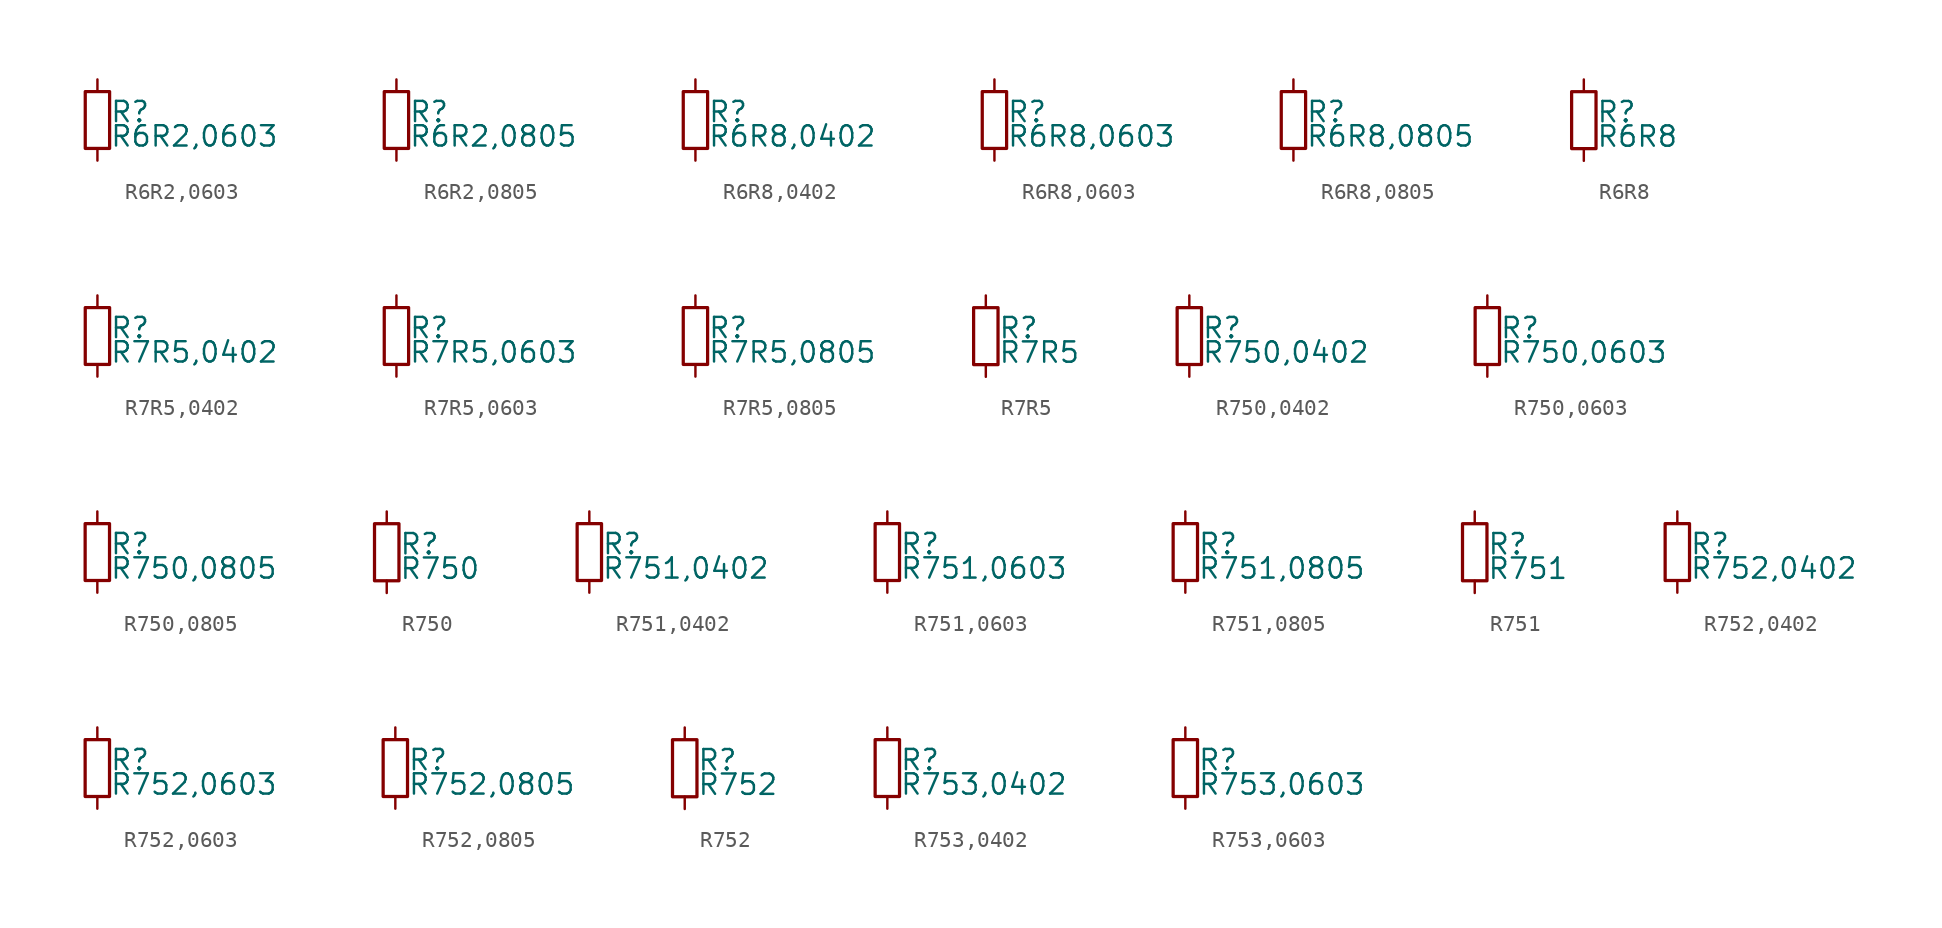
<source format=kicad_sym>
(kicad_symbol_lib
  (version 20211014)
  (generator kicad_symbol_editor)
  (symbol "R6R2,0603"
    (pin_numbers hide)
    (pin_names
      (offset 0.254) hide)
    (property "Reference" "R"
      (at 0.762 0.508 0)
      (effects (font (size 1.27 1.27)) (justify left)))
    (property "Value" "R6R2,0603"
      (at 0.762 -1.016 0)
      (effects (font (size 1.27 1.27)) (justify left)))
    (symbol "R6R2,0603_0_1"
      (rectangle (start -0.762 1.778) (end 0.762 -1.778) (stroke (width 0.203) (type default) (color 0 0 0 0)) (fill (type none))))
    (symbol "R6R2,0603_1_1"
      (pin passive line (at 0 2.54 270) (length 0.762) (name "~" (effects (font (size 1.27 1.27)))) (number "1" (effects (font (size 1.27 1.27)))))
      (pin passive line (at 0 -2.54 90) (length 0.762) (name "~" (effects (font (size 1.27 1.27)))) (number "2" (effects (font (size 1.27 1.27)))))))
  (symbol "R6R2,0805"
    (pin_numbers hide)
    (pin_names
      (offset 0.254) hide)
    (property "Reference" "R"
      (at 0.762 0.508 0)
      (effects (font (size 1.27 1.27)) (justify left)))
    (property "Value" "R6R2,0805"
      (at 0.762 -1.016 0)
      (effects (font (size 1.27 1.27)) (justify left)))
    (symbol "R6R2,0805_0_1"
      (rectangle (start -0.762 1.778) (end 0.762 -1.778) (stroke (width 0.203) (type default) (color 0 0 0 0)) (fill (type none))))
    (symbol "R6R2,0805_1_1"
      (pin passive line (at 0 2.54 270) (length 0.762) (name "~" (effects (font (size 1.27 1.27)))) (number "1" (effects (font (size 1.27 1.27)))))
      (pin passive line (at 0 -2.54 90) (length 0.762) (name "~" (effects (font (size 1.27 1.27)))) (number "2" (effects (font (size 1.27 1.27)))))))
  (symbol "R6R8,0402"
    (pin_numbers hide)
    (pin_names
      (offset 0.254) hide)
    (property "Reference" "R"
      (at 0.762 0.508 0)
      (effects (font (size 1.27 1.27)) (justify left)))
    (property "Value" "R6R8,0402"
      (at 0.762 -1.016 0)
      (effects (font (size 1.27 1.27)) (justify left)))
    (symbol "R6R8,0402_0_1"
      (rectangle (start -0.762 1.778) (end 0.762 -1.778) (stroke (width 0.203) (type default) (color 0 0 0 0)) (fill (type none))))
    (symbol "R6R8,0402_1_1"
      (pin passive line (at 0 2.54 270) (length 0.762) (name "~" (effects (font (size 1.27 1.27)))) (number "1" (effects (font (size 1.27 1.27)))))
      (pin passive line (at 0 -2.54 90) (length 0.762) (name "~" (effects (font (size 1.27 1.27)))) (number "2" (effects (font (size 1.27 1.27)))))))
  (symbol "R6R8,0603"
    (pin_numbers hide)
    (pin_names
      (offset 0.254) hide)
    (property "Reference" "R"
      (at 0.762 0.508 0)
      (effects (font (size 1.27 1.27)) (justify left)))
    (property "Value" "R6R8,0603"
      (at 0.762 -1.016 0)
      (effects (font (size 1.27 1.27)) (justify left)))
    (symbol "R6R8,0603_0_1"
      (rectangle (start -0.762 1.778) (end 0.762 -1.778) (stroke (width 0.203) (type default) (color 0 0 0 0)) (fill (type none))))
    (symbol "R6R8,0603_1_1"
      (pin passive line (at 0 2.54 270) (length 0.762) (name "~" (effects (font (size 1.27 1.27)))) (number "1" (effects (font (size 1.27 1.27)))))
      (pin passive line (at 0 -2.54 90) (length 0.762) (name "~" (effects (font (size 1.27 1.27)))) (number "2" (effects (font (size 1.27 1.27)))))))
  (symbol "R6R8,0805"
    (pin_numbers hide)
    (pin_names
      (offset 0.254) hide)
    (property "Reference" "R"
      (at 0.762 0.508 0)
      (effects (font (size 1.27 1.27)) (justify left)))
    (property "Value" "R6R8,0805"
      (at 0.762 -1.016 0)
      (effects (font (size 1.27 1.27)) (justify left)))
    (symbol "R6R8,0805_0_1"
      (rectangle (start -0.762 1.778) (end 0.762 -1.778) (stroke (width 0.203) (type default) (color 0 0 0 0)) (fill (type none))))
    (symbol "R6R8,0805_1_1"
      (pin passive line (at 0 2.54 270) (length 0.762) (name "~" (effects (font (size 1.27 1.27)))) (number "1" (effects (font (size 1.27 1.27)))))
      (pin passive line (at 0 -2.54 90) (length 0.762) (name "~" (effects (font (size 1.27 1.27)))) (number "2" (effects (font (size 1.27 1.27)))))))
  (symbol "R6R8"
    (pin_numbers hide)
    (pin_names
      (offset 0.254) hide)
    (property "Reference" "R"
      (at 0.762 0.508 0)
      (effects (font (size 1.27 1.27)) (justify left)))
    (property "Value" "R6R8"
      (at 0.762 -1.016 0)
      (effects (font (size 1.27 1.27)) (justify left)))
    (symbol "R6R8_0_1"
      (rectangle (start -0.762 1.778) (end 0.762 -1.778) (stroke (width 0.203) (type default) (color 0 0 0 0)) (fill (type none))))
    (symbol "R6R8_1_1"
      (pin passive line (at 0 2.54 270) (length 0.762) (name "~" (effects (font (size 1.27 1.27)))) (number "1" (effects (font (size 1.27 1.27)))))
      (pin passive line (at 0 -2.54 90) (length 0.762) (name "~" (effects (font (size 1.27 1.27)))) (number "2" (effects (font (size 1.27 1.27)))))))
  (symbol "R7R5,0402"
    (pin_numbers hide)
    (pin_names
      (offset 0.254) hide)
    (property "Reference" "R"
      (at 0.762 0.508 0)
      (effects (font (size 1.27 1.27)) (justify left)))
    (property "Value" "R7R5,0402"
      (at 0.762 -1.016 0)
      (effects (font (size 1.27 1.27)) (justify left)))
    (symbol "R7R5,0402_0_1"
      (rectangle (start -0.762 1.778) (end 0.762 -1.778) (stroke (width 0.203) (type default) (color 0 0 0 0)) (fill (type none))))
    (symbol "R7R5,0402_1_1"
      (pin passive line (at 0 2.54 270) (length 0.762) (name "~" (effects (font (size 1.27 1.27)))) (number "1" (effects (font (size 1.27 1.27)))))
      (pin passive line (at 0 -2.54 90) (length 0.762) (name "~" (effects (font (size 1.27 1.27)))) (number "2" (effects (font (size 1.27 1.27)))))))
  (symbol "R7R5,0603"
    (pin_numbers hide)
    (pin_names
      (offset 0.254) hide)
    (property "Reference" "R"
      (at 0.762 0.508 0)
      (effects (font (size 1.27 1.27)) (justify left)))
    (property "Value" "R7R5,0603"
      (at 0.762 -1.016 0)
      (effects (font (size 1.27 1.27)) (justify left)))
    (symbol "R7R5,0603_0_1"
      (rectangle (start -0.762 1.778) (end 0.762 -1.778) (stroke (width 0.203) (type default) (color 0 0 0 0)) (fill (type none))))
    (symbol "R7R5,0603_1_1"
      (pin passive line (at 0 2.54 270) (length 0.762) (name "~" (effects (font (size 1.27 1.27)))) (number "1" (effects (font (size 1.27 1.27)))))
      (pin passive line (at 0 -2.54 90) (length 0.762) (name "~" (effects (font (size 1.27 1.27)))) (number "2" (effects (font (size 1.27 1.27)))))))
  (symbol "R7R5,0805"
    (pin_numbers hide)
    (pin_names
      (offset 0.254) hide)
    (property "Reference" "R"
      (at 0.762 0.508 0)
      (effects (font (size 1.27 1.27)) (justify left)))
    (property "Value" "R7R5,0805"
      (at 0.762 -1.016 0)
      (effects (font (size 1.27 1.27)) (justify left)))
    (symbol "R7R5,0805_0_1"
      (rectangle (start -0.762 1.778) (end 0.762 -1.778) (stroke (width 0.203) (type default) (color 0 0 0 0)) (fill (type none))))
    (symbol "R7R5,0805_1_1"
      (pin passive line (at 0 2.54 270) (length 0.762) (name "~" (effects (font (size 1.27 1.27)))) (number "1" (effects (font (size 1.27 1.27)))))
      (pin passive line (at 0 -2.54 90) (length 0.762) (name "~" (effects (font (size 1.27 1.27)))) (number "2" (effects (font (size 1.27 1.27)))))))
  (symbol "R7R5"
    (pin_numbers hide)
    (pin_names
      (offset 0.254) hide)
    (property "Reference" "R"
      (at 0.762 0.508 0)
      (effects (font (size 1.27 1.27)) (justify left)))
    (property "Value" "R7R5"
      (at 0.762 -1.016 0)
      (effects (font (size 1.27 1.27)) (justify left)))
    (symbol "R7R5_0_1"
      (rectangle (start -0.762 1.778) (end 0.762 -1.778) (stroke (width 0.203) (type default) (color 0 0 0 0)) (fill (type none))))
    (symbol "R7R5_1_1"
      (pin passive line (at 0 2.54 270) (length 0.762) (name "~" (effects (font (size 1.27 1.27)))) (number "1" (effects (font (size 1.27 1.27)))))
      (pin passive line (at 0 -2.54 90) (length 0.762) (name "~" (effects (font (size 1.27 1.27)))) (number "2" (effects (font (size 1.27 1.27)))))))
  (symbol "R750,0402"
    (pin_numbers hide)
    (pin_names
      (offset 0.254) hide)
    (property "Reference" "R"
      (at 0.762 0.508 0)
      (effects (font (size 1.27 1.27)) (justify left)))
    (property "Value" "R750,0402"
      (at 0.762 -1.016 0)
      (effects (font (size 1.27 1.27)) (justify left)))
    (symbol "R750,0402_0_1"
      (rectangle (start -0.762 1.778) (end 0.762 -1.778) (stroke (width 0.203) (type default) (color 0 0 0 0)) (fill (type none))))
    (symbol "R750,0402_1_1"
      (pin passive line (at 0 2.54 270) (length 0.762) (name "~" (effects (font (size 1.27 1.27)))) (number "1" (effects (font (size 1.27 1.27)))))
      (pin passive line (at 0 -2.54 90) (length 0.762) (name "~" (effects (font (size 1.27 1.27)))) (number "2" (effects (font (size 1.27 1.27)))))))
  (symbol "R750,0603"
    (pin_numbers hide)
    (pin_names
      (offset 0.254) hide)
    (property "Reference" "R"
      (at 0.762 0.508 0)
      (effects (font (size 1.27 1.27)) (justify left)))
    (property "Value" "R750,0603"
      (at 0.762 -1.016 0)
      (effects (font (size 1.27 1.27)) (justify left)))
    (symbol "R750,0603_0_1"
      (rectangle (start -0.762 1.778) (end 0.762 -1.778) (stroke (width 0.203) (type default) (color 0 0 0 0)) (fill (type none))))
    (symbol "R750,0603_1_1"
      (pin passive line (at 0 2.54 270) (length 0.762) (name "~" (effects (font (size 1.27 1.27)))) (number "1" (effects (font (size 1.27 1.27)))))
      (pin passive line (at 0 -2.54 90) (length 0.762) (name "~" (effects (font (size 1.27 1.27)))) (number "2" (effects (font (size 1.27 1.27)))))))
  (symbol "R750,0805"
    (pin_numbers hide)
    (pin_names
      (offset 0.254) hide)
    (property "Reference" "R"
      (at 0.762 0.508 0)
      (effects (font (size 1.27 1.27)) (justify left)))
    (property "Value" "R750,0805"
      (at 0.762 -1.016 0)
      (effects (font (size 1.27 1.27)) (justify left)))
    (symbol "R750,0805_0_1"
      (rectangle (start -0.762 1.778) (end 0.762 -1.778) (stroke (width 0.203) (type default) (color 0 0 0 0)) (fill (type none))))
    (symbol "R750,0805_1_1"
      (pin passive line (at 0 2.54 270) (length 0.762) (name "~" (effects (font (size 1.27 1.27)))) (number "1" (effects (font (size 1.27 1.27)))))
      (pin passive line (at 0 -2.54 90) (length 0.762) (name "~" (effects (font (size 1.27 1.27)))) (number "2" (effects (font (size 1.27 1.27)))))))
  (symbol "R750"
    (pin_numbers hide)
    (pin_names
      (offset 0.254) hide)
    (property "Reference" "R"
      (at 0.762 0.508 0)
      (effects (font (size 1.27 1.27)) (justify left)))
    (property "Value" "R750"
      (at 0.762 -1.016 0)
      (effects (font (size 1.27 1.27)) (justify left)))
    (symbol "R750_0_1"
      (rectangle (start -0.762 1.778) (end 0.762 -1.778) (stroke (width 0.203) (type default) (color 0 0 0 0)) (fill (type none))))
    (symbol "R750_1_1"
      (pin passive line (at 0 2.54 270) (length 0.762) (name "~" (effects (font (size 1.27 1.27)))) (number "1" (effects (font (size 1.27 1.27)))))
      (pin passive line (at 0 -2.54 90) (length 0.762) (name "~" (effects (font (size 1.27 1.27)))) (number "2" (effects (font (size 1.27 1.27)))))))
  (symbol "R751,0402"
    (pin_numbers hide)
    (pin_names
      (offset 0.254) hide)
    (property "Reference" "R"
      (at 0.762 0.508 0)
      (effects (font (size 1.27 1.27)) (justify left)))
    (property "Value" "R751,0402"
      (at 0.762 -1.016 0)
      (effects (font (size 1.27 1.27)) (justify left)))
    (symbol "R751,0402_0_1"
      (rectangle (start -0.762 1.778) (end 0.762 -1.778) (stroke (width 0.203) (type default) (color 0 0 0 0)) (fill (type none))))
    (symbol "R751,0402_1_1"
      (pin passive line (at 0 2.54 270) (length 0.762) (name "~" (effects (font (size 1.27 1.27)))) (number "1" (effects (font (size 1.27 1.27)))))
      (pin passive line (at 0 -2.54 90) (length 0.762) (name "~" (effects (font (size 1.27 1.27)))) (number "2" (effects (font (size 1.27 1.27)))))))
  (symbol "R751,0603"
    (pin_numbers hide)
    (pin_names
      (offset 0.254) hide)
    (property "Reference" "R"
      (at 0.762 0.508 0)
      (effects (font (size 1.27 1.27)) (justify left)))
    (property "Value" "R751,0603"
      (at 0.762 -1.016 0)
      (effects (font (size 1.27 1.27)) (justify left)))
    (symbol "R751,0603_0_1"
      (rectangle (start -0.762 1.778) (end 0.762 -1.778) (stroke (width 0.203) (type default) (color 0 0 0 0)) (fill (type none))))
    (symbol "R751,0603_1_1"
      (pin passive line (at 0 2.54 270) (length 0.762) (name "~" (effects (font (size 1.27 1.27)))) (number "1" (effects (font (size 1.27 1.27)))))
      (pin passive line (at 0 -2.54 90) (length 0.762) (name "~" (effects (font (size 1.27 1.27)))) (number "2" (effects (font (size 1.27 1.27)))))))
  (symbol "R751,0805"
    (pin_numbers hide)
    (pin_names
      (offset 0.254) hide)
    (property "Reference" "R"
      (at 0.762 0.508 0)
      (effects (font (size 1.27 1.27)) (justify left)))
    (property "Value" "R751,0805"
      (at 0.762 -1.016 0)
      (effects (font (size 1.27 1.27)) (justify left)))
    (symbol "R751,0805_0_1"
      (rectangle (start -0.762 1.778) (end 0.762 -1.778) (stroke (width 0.203) (type default) (color 0 0 0 0)) (fill (type none))))
    (symbol "R751,0805_1_1"
      (pin passive line (at 0 2.54 270) (length 0.762) (name "~" (effects (font (size 1.27 1.27)))) (number "1" (effects (font (size 1.27 1.27)))))
      (pin passive line (at 0 -2.54 90) (length 0.762) (name "~" (effects (font (size 1.27 1.27)))) (number "2" (effects (font (size 1.27 1.27)))))))
  (symbol "R751"
    (pin_numbers hide)
    (pin_names
      (offset 0.254) hide)
    (property "Reference" "R"
      (at 0.762 0.508 0)
      (effects (font (size 1.27 1.27)) (justify left)))
    (property "Value" "R751"
      (at 0.762 -1.016 0)
      (effects (font (size 1.27 1.27)) (justify left)))
    (symbol "R751_0_1"
      (rectangle (start -0.762 1.778) (end 0.762 -1.778) (stroke (width 0.203) (type default) (color 0 0 0 0)) (fill (type none))))
    (symbol "R751_1_1"
      (pin passive line (at 0 2.54 270) (length 0.762) (name "~" (effects (font (size 1.27 1.27)))) (number "1" (effects (font (size 1.27 1.27)))))
      (pin passive line (at 0 -2.54 90) (length 0.762) (name "~" (effects (font (size 1.27 1.27)))) (number "2" (effects (font (size 1.27 1.27)))))))
  (symbol "R752,0402"
    (pin_numbers hide)
    (pin_names
      (offset 0.254) hide)
    (property "Reference" "R"
      (at 0.762 0.508 0)
      (effects (font (size 1.27 1.27)) (justify left)))
    (property "Value" "R752,0402"
      (at 0.762 -1.016 0)
      (effects (font (size 1.27 1.27)) (justify left)))
    (symbol "R752,0402_0_1"
      (rectangle (start -0.762 1.778) (end 0.762 -1.778) (stroke (width 0.203) (type default) (color 0 0 0 0)) (fill (type none))))
    (symbol "R752,0402_1_1"
      (pin passive line (at 0 2.54 270) (length 0.762) (name "~" (effects (font (size 1.27 1.27)))) (number "1" (effects (font (size 1.27 1.27)))))
      (pin passive line (at 0 -2.54 90) (length 0.762) (name "~" (effects (font (size 1.27 1.27)))) (number "2" (effects (font (size 1.27 1.27)))))))
  (symbol "R752,0603"
    (pin_numbers hide)
    (pin_names
      (offset 0.254) hide)
    (property "Reference" "R"
      (at 0.762 0.508 0)
      (effects (font (size 1.27 1.27)) (justify left)))
    (property "Value" "R752,0603"
      (at 0.762 -1.016 0)
      (effects (font (size 1.27 1.27)) (justify left)))
    (symbol "R752,0603_0_1"
      (rectangle (start -0.762 1.778) (end 0.762 -1.778) (stroke (width 0.203) (type default) (color 0 0 0 0)) (fill (type none))))
    (symbol "R752,0603_1_1"
      (pin passive line (at 0 2.54 270) (length 0.762) (name "~" (effects (font (size 1.27 1.27)))) (number "1" (effects (font (size 1.27 1.27)))))
      (pin passive line (at 0 -2.54 90) (length 0.762) (name "~" (effects (font (size 1.27 1.27)))) (number "2" (effects (font (size 1.27 1.27)))))))
  (symbol "R752,0805"
    (pin_numbers hide)
    (pin_names
      (offset 0.254) hide)
    (property "Reference" "R"
      (at 0.762 0.508 0)
      (effects (font (size 1.27 1.27)) (justify left)))
    (property "Value" "R752,0805"
      (at 0.762 -1.016 0)
      (effects (font (size 1.27 1.27)) (justify left)))
    (symbol "R752,0805_0_1"
      (rectangle (start -0.762 1.778) (end 0.762 -1.778) (stroke (width 0.203) (type default) (color 0 0 0 0)) (fill (type none))))
    (symbol "R752,0805_1_1"
      (pin passive line (at 0 2.54 270) (length 0.762) (name "~" (effects (font (size 1.27 1.27)))) (number "1" (effects (font (size 1.27 1.27)))))
      (pin passive line (at 0 -2.54 90) (length 0.762) (name "~" (effects (font (size 1.27 1.27)))) (number "2" (effects (font (size 1.27 1.27)))))))
  (symbol "R752"
    (pin_numbers hide)
    (pin_names
      (offset 0.254) hide)
    (property "Reference" "R"
      (at 0.762 0.508 0)
      (effects (font (size 1.27 1.27)) (justify left)))
    (property "Value" "R752"
      (at 0.762 -1.016 0)
      (effects (font (size 1.27 1.27)) (justify left)))
    (symbol "R752_0_1"
      (rectangle (start -0.762 1.778) (end 0.762 -1.778) (stroke (width 0.203) (type default) (color 0 0 0 0)) (fill (type none))))
    (symbol "R752_1_1"
      (pin passive line (at 0 2.54 270) (length 0.762) (name "~" (effects (font (size 1.27 1.27)))) (number "1" (effects (font (size 1.27 1.27)))))
      (pin passive line (at 0 -2.54 90) (length 0.762) (name "~" (effects (font (size 1.27 1.27)))) (number "2" (effects (font (size 1.27 1.27)))))))
  (symbol "R753,0402"
    (pin_numbers hide)
    (pin_names
      (offset 0.254) hide)
    (property "Reference" "R"
      (at 0.762 0.508 0)
      (effects (font (size 1.27 1.27)) (justify left)))
    (property "Value" "R753,0402"
      (at 0.762 -1.016 0)
      (effects (font (size 1.27 1.27)) (justify left)))
    (symbol "R753,0402_0_1"
      (rectangle (start -0.762 1.778) (end 0.762 -1.778) (stroke (width 0.203) (type default) (color 0 0 0 0)) (fill (type none))))
    (symbol "R753,0402_1_1"
      (pin passive line (at 0 2.54 270) (length 0.762) (name "~" (effects (font (size 1.27 1.27)))) (number "1" (effects (font (size 1.27 1.27)))))
      (pin passive line (at 0 -2.54 90) (length 0.762) (name "~" (effects (font (size 1.27 1.27)))) (number "2" (effects (font (size 1.27 1.27)))))))
  (symbol "R753,0603"
    (pin_numbers hide)
    (pin_names
      (offset 0.254) hide)
    (property "Reference" "R"
      (at 0.762 0.508 0)
      (effects (font (size 1.27 1.27)) (justify left)))
    (property "Value" "R753,0603"
      (at 0.762 -1.016 0)
      (effects (font (size 1.27 1.27)) (justify left)))
    (symbol "R753,0603_0_1"
      (rectangle (start -0.762 1.778) (end 0.762 -1.778) (stroke (width 0.203) (type default) (color 0 0 0 0)) (fill (type none))))
    (symbol "R753,0603_1_1"
      (pin passive line (at 0 2.54 270) (length 0.762) (name "~" (effects (font (size 1.27 1.27)))) (number "1" (effects (font (size 1.27 1.27)))))
      (pin passive line (at 0 -2.54 90) (length 0.762) (name "~" (effects (font (size 1.27 1.27)))) (number "2" (effects (font (size 1.27 1.27))))))))
</source>
